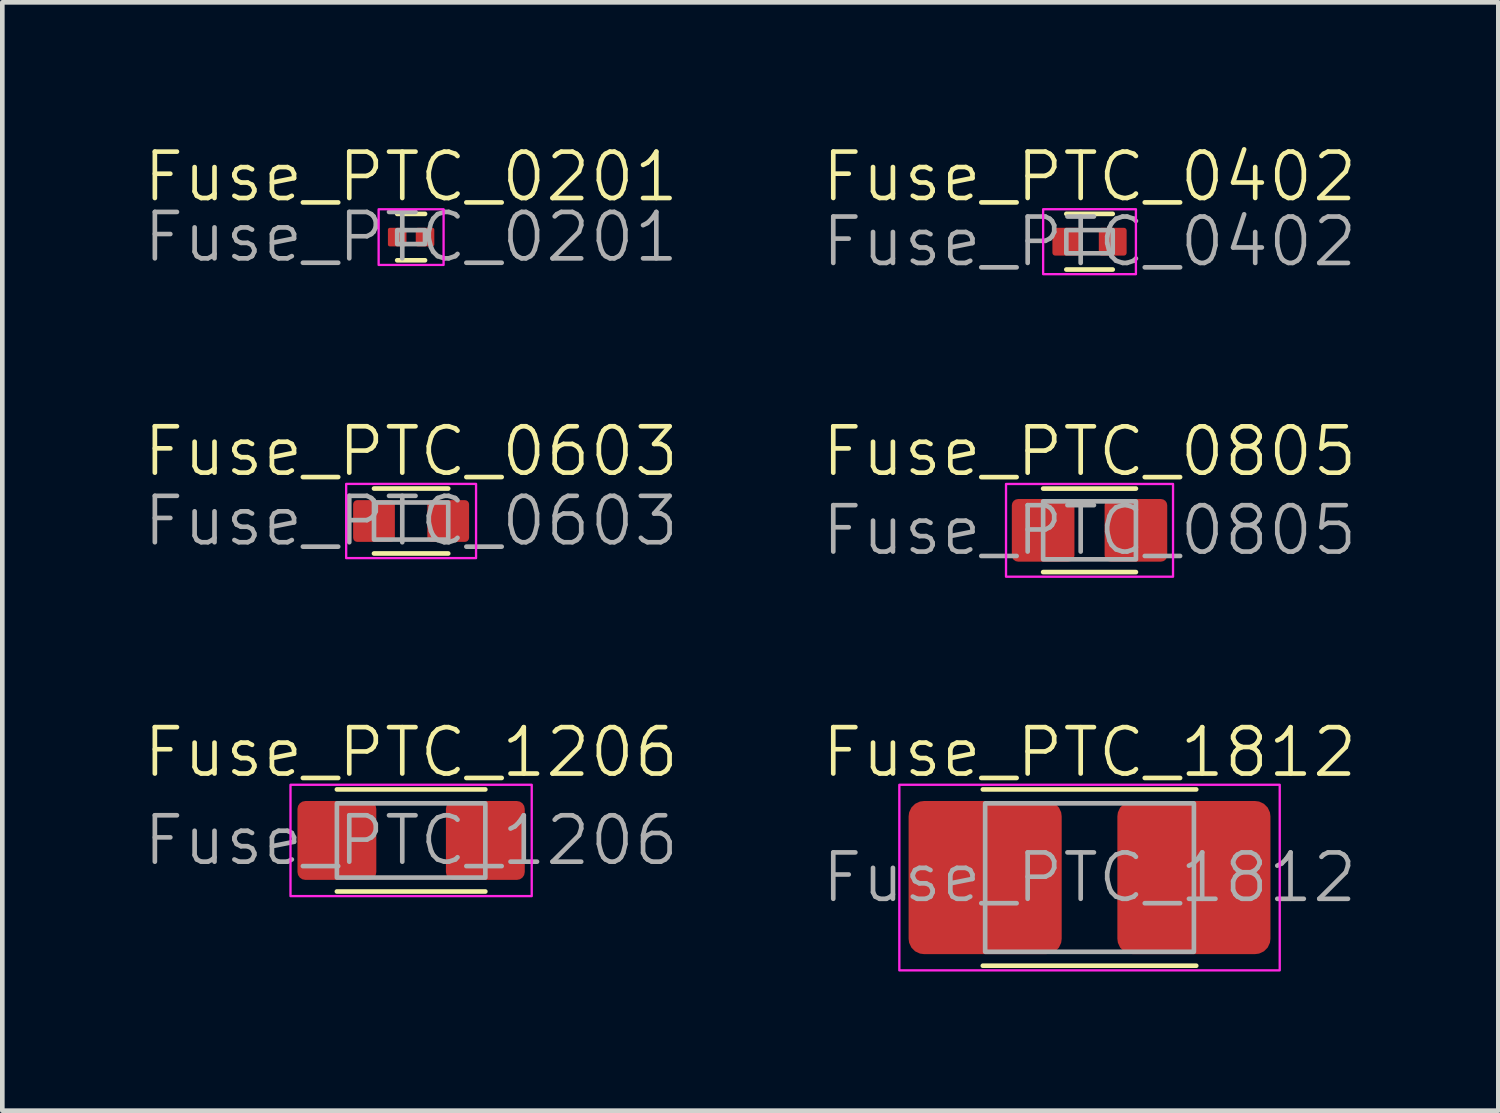
<source format=kicad_pcb>
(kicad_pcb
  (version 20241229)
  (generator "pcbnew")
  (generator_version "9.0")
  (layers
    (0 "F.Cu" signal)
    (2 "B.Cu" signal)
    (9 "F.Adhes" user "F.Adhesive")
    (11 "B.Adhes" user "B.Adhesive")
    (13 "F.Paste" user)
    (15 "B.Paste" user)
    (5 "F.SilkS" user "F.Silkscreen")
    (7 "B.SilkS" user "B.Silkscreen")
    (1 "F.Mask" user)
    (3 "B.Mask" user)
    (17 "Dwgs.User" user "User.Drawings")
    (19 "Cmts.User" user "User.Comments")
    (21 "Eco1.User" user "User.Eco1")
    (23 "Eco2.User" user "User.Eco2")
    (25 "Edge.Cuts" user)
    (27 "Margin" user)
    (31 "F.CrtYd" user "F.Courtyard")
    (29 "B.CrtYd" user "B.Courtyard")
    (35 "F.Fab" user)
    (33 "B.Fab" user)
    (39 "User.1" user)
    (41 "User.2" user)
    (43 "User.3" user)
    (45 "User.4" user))
  (footprint "Fuse_PTC_0402"
    (layer "F.Cu")
    (at 20.436 2.16)
    (property "Reference" "Fuse_PTC_0402" (at 0 -1.4 0) (unlocked yes) (layer "F.SilkS") (effects (font (size 1 1) (thickness 0.1))))
    (attr smd)
    (fp_line (start -0.5 -0.6) (end 0.5 -0.6) (stroke (width 0.1) (type default)) (layer "F.SilkS"))
    (fp_line (start -0.5 0.6) (end 0.5 0.6) (stroke (width 0.1) (type default)) (layer "F.SilkS"))
    (fp_rect (start -1 -0.7) (end 1 0.7) (stroke (width 0.05) (type default)) (fill no) (layer "F.CrtYd"))
    (fp_rect (start -0.5 -0.25) (end 0.5 0.25) (stroke (width 0.1) (type default)) (fill no) (layer "F.Fab"))
    (fp_text user "${REFERENCE}" (at 0 0 0) (unlocked yes) (layer "F.Fab") (effects (font (size 1 1) (thickness 0.1))))
    (pad "1" smd roundrect (at -0.5 0) (size 0.6 0.6) (layers "F.Cu" "F.Mask" "F.Paste") (roundrect_rratio 0.1))
    (pad "2" smd roundrect (at 0.5 0) (size 0.6 0.6) (layers "F.Cu" "F.Mask" "F.Paste") (roundrect_rratio 0.1)))
  (footprint "Fuse_PTC_1812"
    (layer "F.Cu")
    (at 20.436 15.867)
    (property "Reference" "Fuse_PTC_1812" (at 0 -2.7 0) (unlocked yes) (layer "F.SilkS") (effects (font (size 1 1) (thickness 0.1))))
    (attr smd)
    (fp_line (start -2.3 -1.9) (end 2.3 -1.9) (stroke (width 0.1) (type default)) (layer "F.SilkS"))
    (fp_line (start -2.3 1.9) (end 2.3 1.9) (stroke (width 0.1) (type default)) (layer "F.SilkS"))
    (fp_rect (start -4.1 -2) (end 4.1 2) (stroke (width 0.05) (type default)) (fill no) (layer "F.CrtYd"))
    (fp_rect (start -2.25 -1.6) (end 2.25 1.6) (stroke (width 0.1) (type default)) (fill no) (layer "F.Fab"))
    (fp_text user "${REFERENCE}" (at 0 0 0) (unlocked yes) (layer "F.Fab") (effects (font (size 1 1) (thickness 0.1))))
    (pad "1" smd roundrect (at -2.25 0) (size 3.3 3.3) (layers "F.Cu" "F.Mask" "F.Paste") (roundrect_rratio 0.1))
    (pad "2" smd roundrect (at 2.25 0) (size 3.3 3.3) (layers "F.Cu" "F.Mask" "F.Paste") (roundrect_rratio 0.1)))
  (footprint "Fuse_PTC_0201"
    (layer "F.Cu")
    (at 5.812 2.061)
    (property "Reference" "Fuse_PTC_0201" (at 0 -1.3 0) (unlocked yes) (layer "F.SilkS") (effects (font (size 1 1) (thickness 0.1))))
    (attr smd)
    (fp_line (start -0.3 -0.5) (end 0.3 -0.5) (stroke (width 0.1) (type default)) (layer "F.SilkS"))
    (fp_line (start -0.3 0.5) (end 0.3 0.5) (stroke (width 0.1) (type default)) (layer "F.SilkS"))
    (fp_rect (start -0.7 -0.6) (end 0.7 0.6) (stroke (width 0.05) (type default)) (fill no) (layer "F.CrtYd"))
    (fp_rect (start -0.3 -0.15) (end 0.3 0.15) (stroke (width 0.1) (type default)) (fill no) (layer "F.Fab"))
    (fp_text user "${REFERENCE}" (at 0 0 0) (unlocked yes) (layer "F.Fab") (effects (font (size 1 1) (thickness 0.1))))
    (pad "1" smd roundrect (at -0.3 0) (size 0.4 0.4) (layers "F.Cu" "F.Mask" "F.Paste") (roundrect_rratio 0.1))
    (pad "2" smd roundrect (at 0.3 0) (size 0.4 0.4) (layers "F.Cu" "F.Mask" "F.Paste") (roundrect_rratio 0.1)))
  (footprint "Fuse_PTC_1206"
    (layer "F.Cu")
    (at 5.812 15.067)
    (property "Reference" "Fuse_PTC_1206" (at 0 -1.9 0) (unlocked yes) (layer "F.SilkS") (effects (font (size 1 1) (thickness 0.1))))
    (attr smd)
    (fp_line (start -1.6 -1.1) (end 1.6 -1.1) (stroke (width 0.1) (type default)) (layer "F.SilkS"))
    (fp_line (start -1.6 1.1) (end 1.6 1.1) (stroke (width 0.1) (type default)) (layer "F.SilkS"))
    (fp_rect (start -2.6 -1.2) (end 2.6 1.2) (stroke (width 0.05) (type default)) (fill no) (layer "F.CrtYd"))
    (fp_rect (start -1.6 -0.8) (end 1.6 0.8) (stroke (width 0.1) (type default)) (fill no) (layer "F.Fab"))
    (fp_text user "${REFERENCE}" (at 0 0 0) (unlocked yes) (layer "F.Fab") (effects (font (size 1 1) (thickness 0.1))))
    (pad "1" smd roundrect (at -1.6 0) (size 1.7 1.7) (layers "F.Cu" "F.Mask" "F.Paste") (roundrect_rratio 0.1))
    (pad "2" smd roundrect (at 1.6 0) (size 1.7 1.7) (layers "F.Cu" "F.Mask" "F.Paste") (roundrect_rratio 0.1)))
  (footprint "Fuse_PTC_0805"
    (layer "F.Cu")
    (at 20.436 8.382)
    (property "Reference" "Fuse_PTC_0805" (at 0 -1.7 0) (unlocked yes) (layer "F.SilkS") (effects (font (size 1 1) (thickness 0.1))))
    (attr smd)
    (fp_line (start -1 -0.9) (end 1 -0.9) (stroke (width 0.1) (type default)) (layer "F.SilkS"))
    (fp_line (start -1 0.9) (end 1 0.9) (stroke (width 0.1) (type default)) (layer "F.SilkS"))
    (fp_rect (start -1.8 -1) (end 1.8 1) (stroke (width 0.05) (type default)) (fill no) (layer "F.CrtYd"))
    (fp_rect (start -1 -0.625) (end 1 0.625) (stroke (width 0.1) (type default)) (fill no) (layer "F.Fab"))
    (fp_text user "${REFERENCE}" (at 0 0 0) (unlocked yes) (layer "F.Fab") (effects (font (size 1 1) (thickness 0.1))))
    (pad "1" smd roundrect (at -1 0) (size 1.35 1.35) (layers "F.Cu" "F.Mask" "F.Paste") (roundrect_rratio 0.1))
    (pad "2" smd roundrect (at 1 0) (size 1.35 1.35) (layers "F.Cu" "F.Mask" "F.Paste") (roundrect_rratio 0.1)))
  (footprint "Fuse_PTC_0603"
    (layer "F.Cu")
    (at 5.812 8.181)
    (property "Reference" "Fuse_PTC_0603" (at 0 -1.5 0) (unlocked yes) (layer "F.SilkS") (effects (font (size 1 1) (thickness 0.1))))
    (attr smd)
    (fp_line (start -0.8 -0.7) (end 0.8 -0.7) (stroke (width 0.1) (type default)) (layer "F.SilkS"))
    (fp_line (start -0.8 0.7) (end 0.8 0.7) (stroke (width 0.1) (type default)) (layer "F.SilkS"))
    (fp_rect (start -1.4 -0.8) (end 1.4 0.8) (stroke (width 0.05) (type default)) (fill no) (layer "F.CrtYd"))
    (fp_rect (start -0.8 -0.4) (end 0.8 0.4) (stroke (width 0.1) (type default)) (fill no) (layer "F.Fab"))
    (fp_text user "${REFERENCE}" (at 0 0 0) (unlocked yes) (layer "F.Fab") (effects (font (size 1 1) (thickness 0.1))))
    (pad "1" smd roundrect (at -0.8 0) (size 0.9 0.9) (layers "F.Cu" "F.Mask" "F.Paste") (roundrect_rratio 0.1))
    (pad "2" smd roundrect (at 0.8 0) (size 0.9 0.9) (layers "F.Cu" "F.Mask" "F.Paste") (roundrect_rratio 0.1)))
  (gr_rect
    (start -3 -3)
    (end 29.248 20.892)
    (stroke (width 0.1) (type default))
    (fill no)
    (layer "Edge.Cuts")))
</source>
